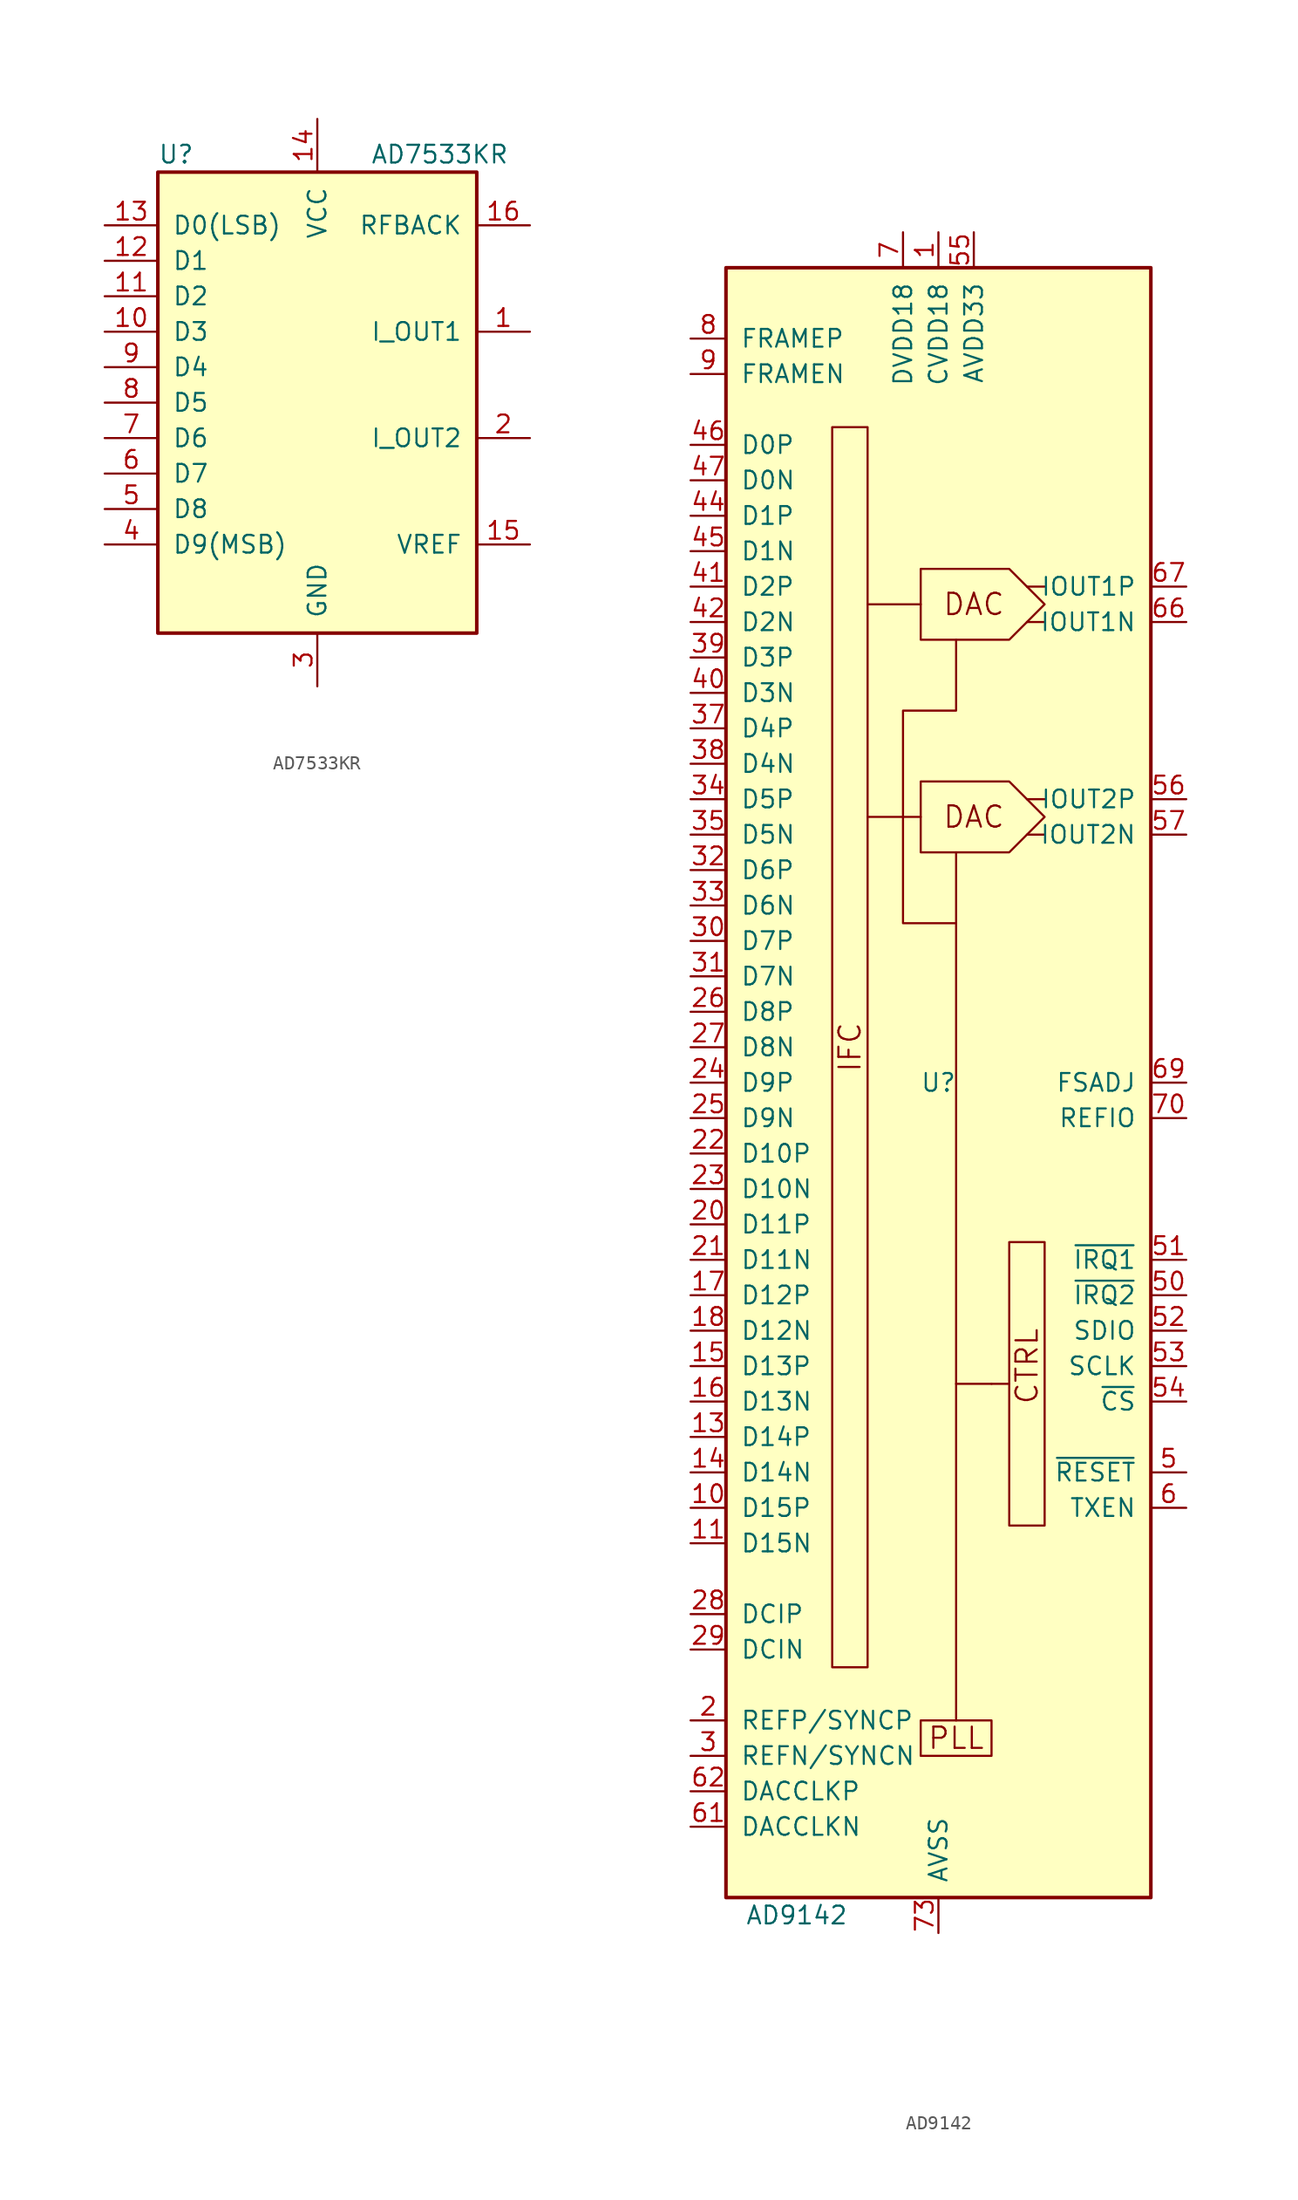
<source format=kicad_sym>
(kicad_symbol_lib
  (version 20220914)
  (generator kicad_symbol_editor)
  (symbol "AD7533KR"
    (pin_names
      (offset 1.016))
    (property "Reference" "U"
      (at -11.43 17.78 0)
      (effects (font (size 1.27 1.27)) (justify left)))
    (property "Value" "AD7533KR"
      (at 3.81 17.78 0)
      (effects (font (size 1.27 1.27)) (justify left)))
    (symbol "AD7533KR_0_1"
      (rectangle (start -11.43 -16.51) (end 11.43 16.51) (stroke (width 0.254) (type default)) (fill (type background))))
    (symbol "AD7533KR_1_1"
      (pin passive line (at 15.24 5.08 180) (length 3.81) (name "I_OUT1" (effects (font (size 1.27 1.27)))) (number "1" (effects (font (size 1.27 1.27)))))
      (pin input line (at -15.24 5.08 0) (length 3.81) (name "D3" (effects (font (size 1.27 1.27)))) (number "10" (effects (font (size 1.27 1.27)))))
      (pin input line (at -15.24 7.62 0) (length 3.81) (name "D2" (effects (font (size 1.27 1.27)))) (number "11" (effects (font (size 1.27 1.27)))))
      (pin input line (at -15.24 10.16 0) (length 3.81) (name "D1" (effects (font (size 1.27 1.27)))) (number "12" (effects (font (size 1.27 1.27)))))
      (pin input line (at -15.24 12.7 0) (length 3.81) (name "D0(LSB)" (effects (font (size 1.27 1.27)))) (number "13" (effects (font (size 1.27 1.27)))))
      (pin power_in line (at 0 20.32 270) (length 3.81) (name "VCC" (effects (font (size 1.27 1.27)))) (number "14" (effects (font (size 1.27 1.27)))))
      (pin passive line (at 15.24 -10.16 180) (length 3.81) (name "VREF" (effects (font (size 1.27 1.27)))) (number "15" (effects (font (size 1.27 1.27)))))
      (pin passive line (at 15.24 12.7 180) (length 3.81) (name "RFBACK" (effects (font (size 1.27 1.27)))) (number "16" (effects (font (size 1.27 1.27)))))
      (pin passive line (at 15.24 -2.54 180) (length 3.81) (name "I_OUT2" (effects (font (size 1.27 1.27)))) (number "2" (effects (font (size 1.27 1.27)))))
      (pin power_in line (at 0 -20.32 90) (length 3.81) (name "GND" (effects (font (size 1.27 1.27)))) (number "3" (effects (font (size 1.27 1.27)))))
      (pin input line (at -15.24 -10.16 0) (length 3.81) (name "D9(MSB)" (effects (font (size 1.27 1.27)))) (number "4" (effects (font (size 1.27 1.27)))))
      (pin input line (at -15.24 -7.62 0) (length 3.81) (name "D8" (effects (font (size 1.27 1.27)))) (number "5" (effects (font (size 1.27 1.27)))))
      (pin input line (at -15.24 -5.08 0) (length 3.81) (name "D7" (effects (font (size 1.27 1.27)))) (number "6" (effects (font (size 1.27 1.27)))))
      (pin input line (at -15.24 -2.54 0) (length 3.81) (name "D6" (effects (font (size 1.27 1.27)))) (number "7" (effects (font (size 1.27 1.27)))))
      (pin input line (at -15.24 0 0) (length 3.81) (name "D5" (effects (font (size 1.27 1.27)))) (number "8" (effects (font (size 1.27 1.27)))))
      (pin input line (at -15.24 2.54 0) (length 3.81) (name "D4" (effects (font (size 1.27 1.27)))) (number "9" (effects (font (size 1.27 1.27)))))))
  (symbol "AD9142"
    (pin_names
      (offset 1.016))
    (property "Reference" "U"
      (at 0 0 0)
      (effects (font (size 1.27 1.27))))
    (property "Value" "AD9142"
      (at -10.16 -59.69 0)
      (effects (font (size 1.27 1.27))))
    (symbol "AD9142_0_0"
      (rectangle (start -7.62 46.99) (end -5.08 -41.91) (stroke (width 0) (type default)) (fill (type none)))
      (rectangle (start -1.27 -45.72) (end 3.81 -48.26) (stroke (width 0) (type default)) (fill (type none)))
      (polyline (pts (xy -1.27 19.05) (xy -5.08 19.05)) (stroke (width 0) (type default)) (fill (type none)))
      (polyline (pts (xy -1.27 34.29) (xy -5.08 34.29)) (stroke (width 0) (type default)) (fill (type none)))
      (polyline (pts (xy 1.27 -45.72) (xy 1.27 16.51)) (stroke (width 0) (type default)) (fill (type none)))
      (polyline (pts (xy 3.81 -21.59) (xy 1.27 -21.59)) (stroke (width 0) (type default)) (fill (type none)))
      (polyline (pts (xy 5.08 -21.59) (xy 3.81 -21.59)) (stroke (width 0) (type default)) (fill (type none)))
      (polyline (pts (xy 6.35 17.78) (xy 7.62 17.78)) (stroke (width 0) (type default)) (fill (type none)))
      (polyline (pts (xy 6.35 20.32) (xy 7.62 20.32)) (stroke (width 0) (type default)) (fill (type none)))
      (polyline (pts (xy 6.35 33.02) (xy 7.62 33.02)) (stroke (width 0) (type default)) (fill (type none)))
      (polyline (pts (xy 6.35 35.56) (xy 7.62 35.56)) (stroke (width 0) (type default)) (fill (type none)))
      (polyline (pts (xy 1.27 11.43) (xy -2.54 11.43) (xy -2.54 26.67) (xy 1.27 26.67) (xy 1.27 31.75)) (stroke (width 0) (type default)) (fill (type none)))
      (polyline (pts (xy -1.27 21.59) (xy 5.08 21.59) (xy 7.62 19.05) (xy 5.08 16.51) (xy -1.27 16.51) (xy -1.27 21.59)) (stroke (width 0) (type default)) (fill (type none)))
      (polyline (pts (xy -1.27 36.83) (xy 5.08 36.83) (xy 7.62 34.29) (xy 5.08 31.75) (xy -1.27 31.75) (xy -1.27 36.83)) (stroke (width 0) (type default)) (fill (type none)))
      (rectangle (start 5.08 -11.43) (end 7.62 -31.75) (stroke (width 0) (type default)) (fill (type none)))
      (text "CTRL" (at 6.35 -20.32 900) (effects (font (size 1.524 1.524))))
      (text "DAC" (at 2.54 19.05 0) (effects (font (size 1.524 1.524))))
      (text "DAC" (at 2.54 34.29 0) (effects (font (size 1.524 1.524))))
      (text "IFC" (at -6.35 2.54 900) (effects (font (size 1.524 1.524))))
      (text "PLL" (at 1.27 -46.99 0) (effects (font (size 1.524 1.524)))))
    (symbol "AD9142_0_1"
      (rectangle (start -15.24 58.42) (end 15.24 -58.42) (stroke (width 0.254) (type default)) (fill (type background))))
    (symbol "AD9142_1_1"
      (pin power_in line (at 0 60.96 270) (length 2.54) (name "CVDD18" (effects (font (size 1.27 1.27)))) (number "1" (effects (font (size 1.27 1.27)))))
      (pin input line (at -17.78 -30.48 0) (length 2.54) (name "D15P" (effects (font (size 1.27 1.27)))) (number "10" (effects (font (size 1.27 1.27)))))
      (pin input line (at -17.78 -33.02 0) (length 2.54) (name "D15N" (effects (font (size 1.27 1.27)))) (number "11" (effects (font (size 1.27 1.27)))))
      (pin passive line (at -2.54 60.96 270) (length 2.54) hide (name "DVDD18" (effects (font (size 1.27 1.27)))) (number "12" (effects (font (size 1.27 1.27)))))
      (pin input line (at -17.78 -25.4 0) (length 2.54) (name "D14P" (effects (font (size 1.27 1.27)))) (number "13" (effects (font (size 1.27 1.27)))))
      (pin input line (at -17.78 -27.94 0) (length 2.54) (name "D14N" (effects (font (size 1.27 1.27)))) (number "14" (effects (font (size 1.27 1.27)))))
      (pin input line (at -17.78 -20.32 0) (length 2.54) (name "D13P" (effects (font (size 1.27 1.27)))) (number "15" (effects (font (size 1.27 1.27)))))
      (pin input line (at -17.78 -22.86 0) (length 2.54) (name "D13N" (effects (font (size 1.27 1.27)))) (number "16" (effects (font (size 1.27 1.27)))))
      (pin input line (at -17.78 -15.24 0) (length 2.54) (name "D12P" (effects (font (size 1.27 1.27)))) (number "17" (effects (font (size 1.27 1.27)))))
      (pin input line (at -17.78 -17.78 0) (length 2.54) (name "D12N" (effects (font (size 1.27 1.27)))) (number "18" (effects (font (size 1.27 1.27)))))
      (pin passive line (at -2.54 60.96 270) (length 2.54) hide (name "DVDD18" (effects (font (size 1.27 1.27)))) (number "19" (effects (font (size 1.27 1.27)))))
      (pin input line (at -17.78 -45.72 0) (length 2.54) (name "REFP/SYNCP" (effects (font (size 1.27 1.27)))) (number "2" (effects (font (size 1.27 1.27)))))
      (pin input line (at -17.78 -10.16 0) (length 2.54) (name "D11P" (effects (font (size 1.27 1.27)))) (number "20" (effects (font (size 1.27 1.27)))))
      (pin input line (at -17.78 -12.7 0) (length 2.54) (name "D11N" (effects (font (size 1.27 1.27)))) (number "21" (effects (font (size 1.27 1.27)))))
      (pin input line (at -17.78 -5.08 0) (length 2.54) (name "D10P" (effects (font (size 1.27 1.27)))) (number "22" (effects (font (size 1.27 1.27)))))
      (pin input line (at -17.78 -7.62 0) (length 2.54) (name "D10N" (effects (font (size 1.27 1.27)))) (number "23" (effects (font (size 1.27 1.27)))))
      (pin input line (at -17.78 0 0) (length 2.54) (name "D9P" (effects (font (size 1.27 1.27)))) (number "24" (effects (font (size 1.27 1.27)))))
      (pin input line (at -17.78 -2.54 0) (length 2.54) (name "D9N" (effects (font (size 1.27 1.27)))) (number "25" (effects (font (size 1.27 1.27)))))
      (pin input line (at -17.78 5.08 0) (length 2.54) (name "D8P" (effects (font (size 1.27 1.27)))) (number "26" (effects (font (size 1.27 1.27)))))
      (pin input line (at -17.78 2.54 0) (length 2.54) (name "D8N" (effects (font (size 1.27 1.27)))) (number "27" (effects (font (size 1.27 1.27)))))
      (pin input line (at -17.78 -38.1 0) (length 2.54) (name "DCIP" (effects (font (size 1.27 1.27)))) (number "28" (effects (font (size 1.27 1.27)))))
      (pin input line (at -17.78 -40.64 0) (length 2.54) (name "DCIN" (effects (font (size 1.27 1.27)))) (number "29" (effects (font (size 1.27 1.27)))))
      (pin input line (at -17.78 -48.26 0) (length 2.54) (name "REFN/SYNCN" (effects (font (size 1.27 1.27)))) (number "3" (effects (font (size 1.27 1.27)))))
      (pin input line (at -17.78 10.16 0) (length 2.54) (name "D7P" (effects (font (size 1.27 1.27)))) (number "30" (effects (font (size 1.27 1.27)))))
      (pin input line (at -17.78 7.62 0) (length 2.54) (name "D7N" (effects (font (size 1.27 1.27)))) (number "31" (effects (font (size 1.27 1.27)))))
      (pin input line (at -17.78 15.24 0) (length 2.54) (name "D6P" (effects (font (size 1.27 1.27)))) (number "32" (effects (font (size 1.27 1.27)))))
      (pin input line (at -17.78 12.7 0) (length 2.54) (name "D6N" (effects (font (size 1.27 1.27)))) (number "33" (effects (font (size 1.27 1.27)))))
      (pin input line (at -17.78 20.32 0) (length 2.54) (name "D5P" (effects (font (size 1.27 1.27)))) (number "34" (effects (font (size 1.27 1.27)))))
      (pin input line (at -17.78 17.78 0) (length 2.54) (name "D5N" (effects (font (size 1.27 1.27)))) (number "35" (effects (font (size 1.27 1.27)))))
      (pin passive line (at -2.54 60.96 270) (length 2.54) hide (name "DVDD18" (effects (font (size 1.27 1.27)))) (number "36" (effects (font (size 1.27 1.27)))))
      (pin input line (at -17.78 25.4 0) (length 2.54) (name "D4P" (effects (font (size 1.27 1.27)))) (number "37" (effects (font (size 1.27 1.27)))))
      (pin input line (at -17.78 22.86 0) (length 2.54) (name "D4N" (effects (font (size 1.27 1.27)))) (number "38" (effects (font (size 1.27 1.27)))))
      (pin input line (at -17.78 30.48 0) (length 2.54) (name "D3P" (effects (font (size 1.27 1.27)))) (number "39" (effects (font (size 1.27 1.27)))))
      (pin passive line (at 0 60.96 270) (length 2.54) hide (name "CVDD18" (effects (font (size 1.27 1.27)))) (number "4" (effects (font (size 1.27 1.27)))))
      (pin input line (at -17.78 27.94 0) (length 2.54) (name "D3N" (effects (font (size 1.27 1.27)))) (number "40" (effects (font (size 1.27 1.27)))))
      (pin input line (at -17.78 35.56 0) (length 2.54) (name "D2P" (effects (font (size 1.27 1.27)))) (number "41" (effects (font (size 1.27 1.27)))))
      (pin input line (at -17.78 33.02 0) (length 2.54) (name "D2N" (effects (font (size 1.27 1.27)))) (number "42" (effects (font (size 1.27 1.27)))))
      (pin passive line (at -2.54 60.96 270) (length 2.54) hide (name "DVDD18" (effects (font (size 1.27 1.27)))) (number "43" (effects (font (size 1.27 1.27)))))
      (pin input line (at -17.78 40.64 0) (length 2.54) (name "D1P" (effects (font (size 1.27 1.27)))) (number "44" (effects (font (size 1.27 1.27)))))
      (pin input line (at -17.78 38.1 0) (length 2.54) (name "D1N" (effects (font (size 1.27 1.27)))) (number "45" (effects (font (size 1.27 1.27)))))
      (pin input line (at -17.78 45.72 0) (length 2.54) (name "D0P" (effects (font (size 1.27 1.27)))) (number "46" (effects (font (size 1.27 1.27)))))
      (pin input line (at -17.78 43.18 0) (length 2.54) (name "D0N" (effects (font (size 1.27 1.27)))) (number "47" (effects (font (size 1.27 1.27)))))
      (pin passive line (at -2.54 60.96 270) (length 2.54) hide (name "DVDD18" (effects (font (size 1.27 1.27)))) (number "48" (effects (font (size 1.27 1.27)))))
      (pin passive line (at -2.54 60.96 270) (length 2.54) hide (name "DVDD18" (effects (font (size 1.27 1.27)))) (number "49" (effects (font (size 1.27 1.27)))))
      (pin input line (at 17.78 -27.94 180) (length 2.54) (name "~{RESET}" (effects (font (size 1.27 1.27)))) (number "5" (effects (font (size 1.27 1.27)))))
      (pin input line (at 17.78 -15.24 180) (length 2.54) (name "~{IRQ2}" (effects (font (size 1.27 1.27)))) (number "50" (effects (font (size 1.27 1.27)))))
      (pin input line (at 17.78 -12.7 180) (length 2.54) (name "~{IRQ1}" (effects (font (size 1.27 1.27)))) (number "51" (effects (font (size 1.27 1.27)))))
      (pin bidirectional line (at 17.78 -17.78 180) (length 2.54) (name "SDIO" (effects (font (size 1.27 1.27)))) (number "52" (effects (font (size 1.27 1.27)))))
      (pin input line (at 17.78 -20.32 180) (length 2.54) (name "SCLK" (effects (font (size 1.27 1.27)))) (number "53" (effects (font (size 1.27 1.27)))))
      (pin input line (at 17.78 -22.86 180) (length 2.54) (name "~{CS}" (effects (font (size 1.27 1.27)))) (number "54" (effects (font (size 1.27 1.27)))))
      (pin power_in line (at 2.54 60.96 270) (length 2.54) (name "AVDD33" (effects (font (size 1.27 1.27)))) (number "55" (effects (font (size 1.27 1.27)))))
      (pin output line (at 17.78 20.32 180) (length 2.54) (name "IOUT2P" (effects (font (size 1.27 1.27)))) (number "56" (effects (font (size 1.27 1.27)))))
      (pin output line (at 17.78 17.78 180) (length 2.54) (name "IOUT2N" (effects (font (size 1.27 1.27)))) (number "57" (effects (font (size 1.27 1.27)))))
      (pin passive line (at 2.54 60.96 270) (length 2.54) hide (name "AVDD33" (effects (font (size 1.27 1.27)))) (number "58" (effects (font (size 1.27 1.27)))))
      (pin passive line (at 0 60.96 270) (length 2.54) hide (name "CVDD18" (effects (font (size 1.27 1.27)))) (number "59" (effects (font (size 1.27 1.27)))))
      (pin input line (at 17.78 -30.48 180) (length 2.54) (name "TXEN" (effects (font (size 1.27 1.27)))) (number "6" (effects (font (size 1.27 1.27)))))
      (pin passive line (at 0 60.96 270) (length 2.54) hide (name "CVDD18" (effects (font (size 1.27 1.27)))) (number "60" (effects (font (size 1.27 1.27)))))
      (pin input line (at -17.78 -53.34 0) (length 2.54) (name "DACCLKN" (effects (font (size 1.27 1.27)))) (number "61" (effects (font (size 1.27 1.27)))))
      (pin input line (at -17.78 -50.8 0) (length 2.54) (name "DACCLKP" (effects (font (size 1.27 1.27)))) (number "62" (effects (font (size 1.27 1.27)))))
      (pin passive line (at 0 60.96 270) (length 2.54) hide (name "CVDD18" (effects (font (size 1.27 1.27)))) (number "63" (effects (font (size 1.27 1.27)))))
      (pin passive line (at 0 60.96 270) (length 2.54) hide (name "CVDD18" (effects (font (size 1.27 1.27)))) (number "64" (effects (font (size 1.27 1.27)))))
      (pin passive line (at 2.54 60.96 270) (length 2.54) hide (name "AVDD33" (effects (font (size 1.27 1.27)))) (number "65" (effects (font (size 1.27 1.27)))))
      (pin output line (at 17.78 33.02 180) (length 2.54) (name "IOUT1N" (effects (font (size 1.27 1.27)))) (number "66" (effects (font (size 1.27 1.27)))))
      (pin output line (at 17.78 35.56 180) (length 2.54) (name "IOUT1P" (effects (font (size 1.27 1.27)))) (number "67" (effects (font (size 1.27 1.27)))))
      (pin passive line (at 2.54 60.96 270) (length 2.54) hide (name "AVDD33" (effects (font (size 1.27 1.27)))) (number "68" (effects (font (size 1.27 1.27)))))
      (pin input line (at 17.78 0 180) (length 2.54) (name "FSADJ" (effects (font (size 1.27 1.27)))) (number "69" (effects (font (size 1.27 1.27)))))
      (pin power_in line (at -2.54 60.96 270) (length 2.54) (name "DVDD18" (effects (font (size 1.27 1.27)))) (number "7" (effects (font (size 1.27 1.27)))))
      (pin input line (at 17.78 -2.54 180) (length 2.54) (name "REFIO" (effects (font (size 1.27 1.27)))) (number "70" (effects (font (size 1.27 1.27)))))
      (pin passive line (at 0 60.96 270) (length 2.54) hide (name "CVDD18" (effects (font (size 1.27 1.27)))) (number "71" (effects (font (size 1.27 1.27)))))
      (pin passive line (at 0 60.96 270) (length 2.54) hide (name "CVDD18" (effects (font (size 1.27 1.27)))) (number "72" (effects (font (size 1.27 1.27)))))
      (pin power_in line (at 0 -60.96 90) (length 2.54) (name "AVSS" (effects (font (size 1.27 1.27)))) (number "73" (effects (font (size 1.27 1.27)))))
      (pin input line (at -17.78 53.34 0) (length 2.54) (name "FRAMEP" (effects (font (size 1.27 1.27)))) (number "8" (effects (font (size 1.27 1.27)))))
      (pin input line (at -17.78 50.8 0) (length 2.54) (name "FRAMEN" (effects (font (size 1.27 1.27)))) (number "9" (effects (font (size 1.27 1.27))))))))
</source>
